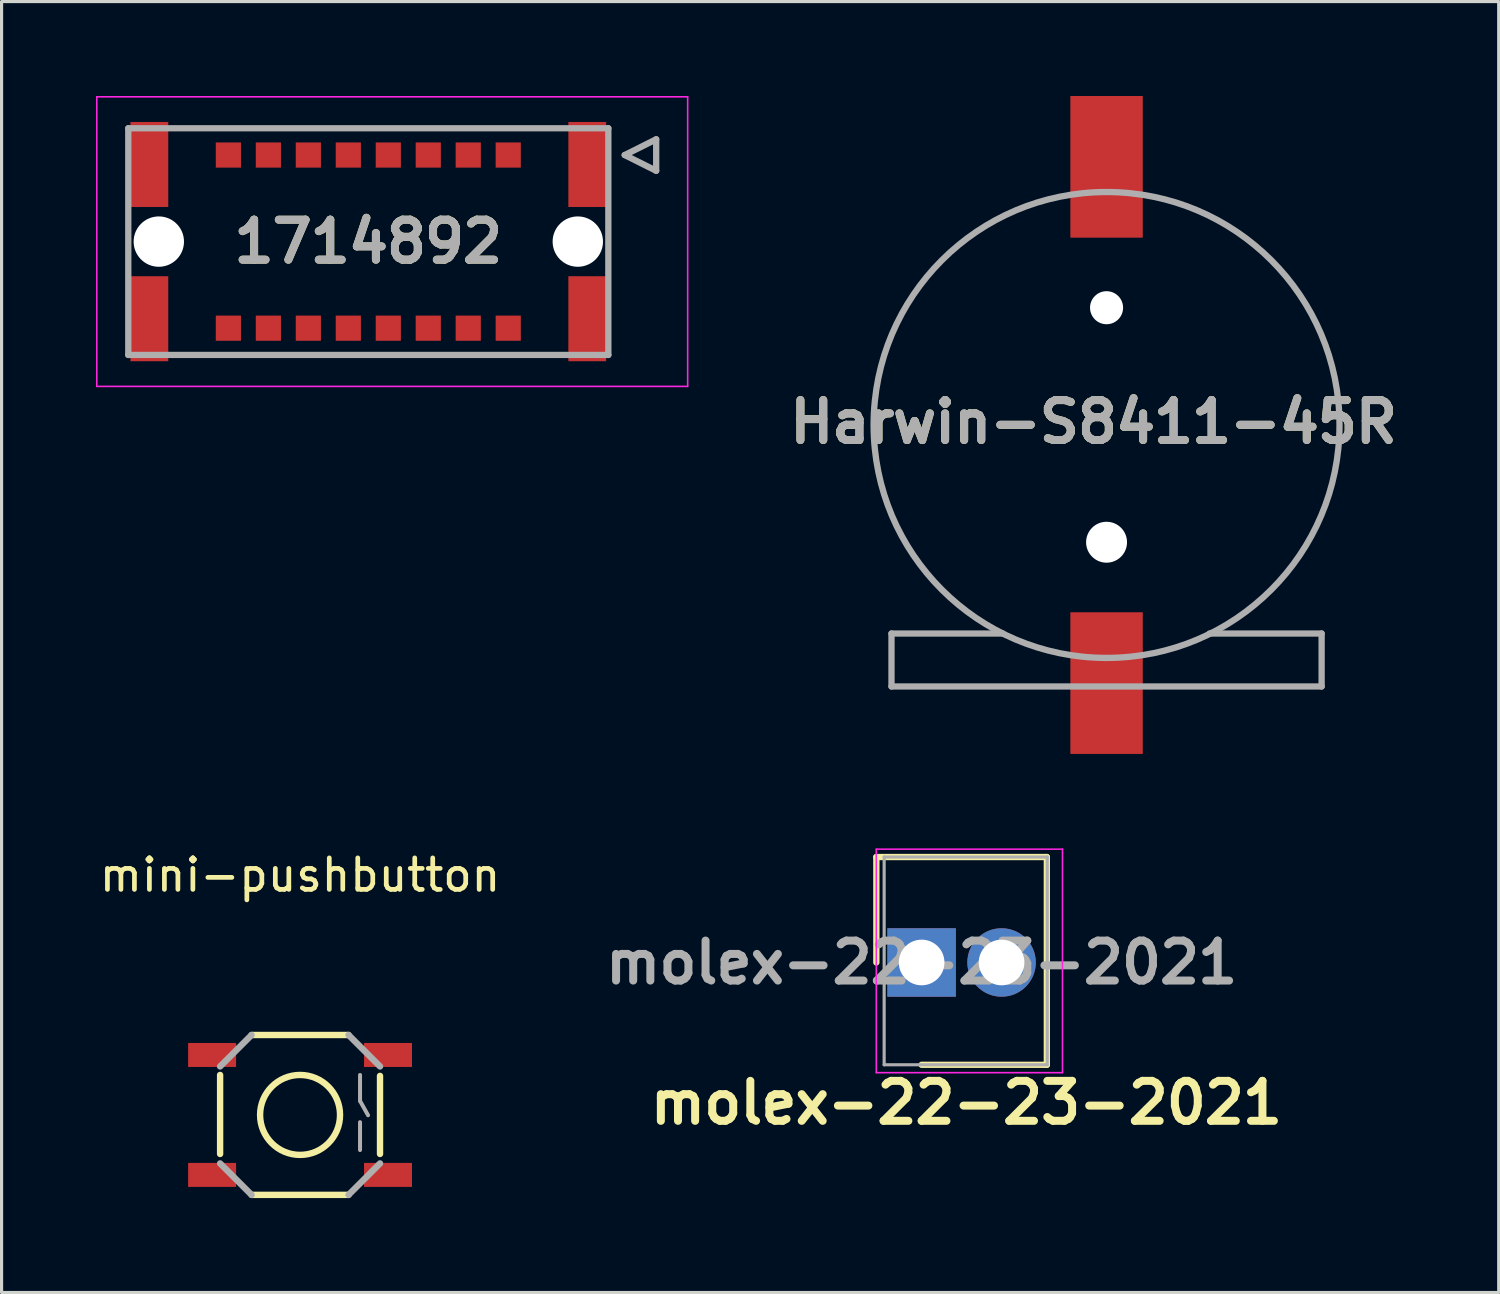
<source format=kicad_pcb>
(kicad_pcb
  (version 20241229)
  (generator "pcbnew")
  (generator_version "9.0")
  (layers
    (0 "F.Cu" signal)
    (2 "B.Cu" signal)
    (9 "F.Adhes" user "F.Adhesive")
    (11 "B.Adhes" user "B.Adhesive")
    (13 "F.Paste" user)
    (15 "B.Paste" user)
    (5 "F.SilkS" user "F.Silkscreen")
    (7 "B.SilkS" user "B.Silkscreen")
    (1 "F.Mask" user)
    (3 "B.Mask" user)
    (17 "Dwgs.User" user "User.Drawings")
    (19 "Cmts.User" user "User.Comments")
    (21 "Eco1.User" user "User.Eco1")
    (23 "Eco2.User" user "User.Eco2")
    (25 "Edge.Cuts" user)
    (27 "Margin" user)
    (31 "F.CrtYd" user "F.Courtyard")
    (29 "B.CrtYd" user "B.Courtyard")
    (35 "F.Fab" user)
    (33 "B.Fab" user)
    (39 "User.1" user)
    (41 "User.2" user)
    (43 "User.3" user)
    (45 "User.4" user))
  (footprint "mini-pushbutton"
    (layer "F.Cu")
    (at 6.482 32.368)
    (property "Reference" "mini-pushbutton" (at 0 -7.62 0) (unlocked yes) (layer "F.SilkS") (effects (font (size 1 1) (thickness 0.15))))
    (attr smd)
    (fp_line (start -2.54 1.24) (end -2.54 -1.27) (stroke (width 0.203) (type solid)) (layer "F.SilkS"))
    (fp_line (start -1.54 -2.54) (end 1.54 -2.54) (stroke (width 0.203) (type solid)) (layer "F.SilkS"))
    (fp_line (start 1.54 2.54) (end -1.54 2.54) (stroke (width 0.203) (type solid)) (layer "F.SilkS"))
    (fp_line (start 2.54 -1.24) (end 2.54 1.24) (stroke (width 0.203) (type solid)) (layer "F.SilkS"))
    (fp_circle (center 0 0) (end 1.27 0) (stroke (width 0.203) (type solid)) (fill no) (layer "F.SilkS"))
    (fp_line (start -2.54 -1.54) (end -1.54 -2.54) (stroke (width 0.203) (type solid)) (layer "F.Fab"))
    (fp_line (start -1.54 2.54) (end -2.54 1.54) (stroke (width 0.203) (type solid)) (layer "F.Fab"))
    (fp_line (start 1.54 -2.54) (end 2.54 -1.54) (stroke (width 0.203) (type solid)) (layer "F.Fab"))
    (fp_line (start 1.905 -1.27) (end 1.905 -0.445) (stroke (width 0.127) (type solid)) (layer "F.Fab"))
    (fp_line (start 1.905 -0.445) (end 2.16 0.01) (stroke (width 0.127) (type solid)) (layer "F.Fab"))
    (fp_line (start 1.905 0.23) (end 1.905 1.115) (stroke (width 0.127) (type solid)) (layer "F.Fab"))
    (fp_line (start 2.54 1.54) (end 1.54 2.54) (stroke (width 0.203) (type solid)) (layer "F.Fab"))
    (pad "1" smd rect (at -2.794 -1.905 90) (size 0.762 1.524) (layers "F.Cu" "F.Mask" "F.Paste"))
    (pad "2" smd rect (at 2.794 -1.905 90) (size 0.762 1.524) (layers "F.Cu" "F.Mask" "F.Paste"))
    (pad "3" smd rect (at -2.794 1.905 90) (size 0.762 1.524) (layers "F.Cu" "F.Mask" "F.Paste"))
    (pad "4" smd rect (at 2.794 1.905 90) (size 0.762 1.524) (layers "F.Cu" "F.Mask" "F.Paste")))
  (footprint "molex-22-23-2021"
    (layer "F.Cu")
    (at 26.227 27.525)
    (property "Reference" "molex-22-23-2021" (at 1.423 4.456 0) (layer "F.SilkS") (effects (font (size 1.27 1.27) (thickness 0.254))))
    (attr through_hole)
    (fp_line (start -1.438 -3.35) (end -1.438 0) (stroke (width 0.2) (type solid)) (layer "F.SilkS"))
    (fp_line (start 0 3.25) (end 3.978 3.25) (stroke (width 0.2) (type solid)) (layer "F.SilkS"))
    (fp_line (start 3.978 -3.35) (end -1.438 -3.35) (stroke (width 0.2) (type solid)) (layer "F.SilkS"))
    (fp_line (start 3.978 3.25) (end 3.978 -3.35) (stroke (width 0.2) (type solid)) (layer "F.SilkS"))
    (fp_line (start -1.44 -3.6) (end 4.475 -3.6) (stroke (width 0.05) (type solid)) (layer "F.CrtYd"))
    (fp_line (start -1.44 3.5) (end -1.44 -3.6) (stroke (width 0.05) (type solid)) (layer "F.CrtYd"))
    (fp_line (start 4.475 -3.6) (end 4.475 3.5) (stroke (width 0.05) (type solid)) (layer "F.CrtYd"))
    (fp_line (start 4.475 3.5) (end -1.44 3.5) (stroke (width 0.05) (type solid)) (layer "F.CrtYd"))
    (fp_line (start -1.19 -3.35) (end 3.99 -3.35) (stroke (width 0.1) (type solid)) (layer "F.Fab"))
    (fp_line (start -1.19 3.25) (end -1.19 -3.35) (stroke (width 0.1) (type solid)) (layer "F.Fab"))
    (fp_line (start 3.99 -3.35) (end 3.99 3.25) (stroke (width 0.1) (type solid)) (layer "F.Fab"))
    (fp_line (start 3.99 3.25) (end -1.19 3.25) (stroke (width 0.1) (type solid)) (layer "F.Fab"))
    (fp_text user "${REFERENCE}" (at 0 0 0) (layer "F.Fab") (effects (font (size 1.27 1.27) (thickness 0.254))))
    (pad "1" thru_hole rect (at 0 0) (size 2.175 2.175) (drill 1.45) (layers "*.Cu" "*.Mask"))
    (pad "2" thru_hole circle (at 2.54 0) (size 2.175 2.175) (drill 1.45) (layers "*.Cu" "*.Mask")))
  (footprint "1714892"
    (layer "F.Cu")
    (at 8.65 4.625)
    (property "Reference" "1714892" (at 0 0 0) (layer "F.SilkS") (effects (font (size 1.27 1.27) (thickness 0.254))))
    (attr through_hole)
    (fp_line (start 8.145 -2.75) (end 9.145 -3.25) (stroke (width 0.1) (type solid)) (layer "F.SilkS"))
    (fp_line (start 9.145 -3.25) (end 9.145 -2.25) (stroke (width 0.1) (type solid)) (layer "F.SilkS"))
    (fp_line (start 9.145 -2.25) (end 8.145 -2.75) (stroke (width 0.1) (type solid)) (layer "F.SilkS"))
    (fp_line (start -8.625 -4.6) (end 10.145 -4.6) (stroke (width 0.05) (type solid)) (layer "F.CrtYd"))
    (fp_line (start -8.625 4.6) (end -8.625 -4.6) (stroke (width 0.05) (type solid)) (layer "F.CrtYd"))
    (fp_line (start 10.145 -4.6) (end 10.145 4.6) (stroke (width 0.05) (type solid)) (layer "F.CrtYd"))
    (fp_line (start 10.145 4.6) (end -8.625 4.6) (stroke (width 0.05) (type solid)) (layer "F.CrtYd"))
    (fp_line (start -7.625 -3.6) (end 7.625 -3.6) (stroke (width 0.2) (type solid)) (layer "F.Fab"))
    (fp_line (start -7.625 3.6) (end -7.625 -3.6) (stroke (width 0.2) (type solid)) (layer "F.Fab"))
    (fp_line (start 7.625 -3.6) (end 7.625 3.6) (stroke (width 0.2) (type solid)) (layer "F.Fab"))
    (fp_line (start 7.625 3.6) (end -7.625 3.6) (stroke (width 0.2) (type solid)) (layer "F.Fab"))
    (fp_line (start 8.145 -2.75) (end 9.145 -3.25) (stroke (width 0.2) (type solid)) (layer "F.Fab"))
    (fp_line (start 9.145 -3.25) (end 9.145 -2.25) (stroke (width 0.2) (type solid)) (layer "F.Fab"))
    (fp_line (start 9.145 -2.25) (end 8.145 -2.75) (stroke (width 0.2) (type solid)) (layer "F.Fab"))
    (fp_text user "${REFERENCE}" (at 0 0 0) (layer "F.Fab") (effects (font (size 1.27 1.27) (thickness 0.254))))
    (pad "" np_thru_hole circle (at -6.655 0) (size 1.6 1.6) (drill 1.6) (layers "*.Cu" "*.Mask"))
    (pad "" np_thru_hole circle (at 6.655 0) (size 1.6 1.6) (drill 1.6) (layers "*.Cu" "*.Mask"))
    (pad "17" smd rect (at 6.955 -2.45) (size 1.2 2.7) (layers "F.Cu" "F.Mask" "F.Paste"))
    (pad "18" smd rect (at -6.955 -2.45) (size 1.2 2.7) (layers "F.Cu" "F.Mask" "F.Paste"))
    (pad "19" smd rect (at 6.955 2.45) (size 1.2 2.7) (layers "F.Cu" "F.Mask" "F.Paste"))
    (pad "20" smd rect (at -6.955 2.45) (size 1.2 2.7) (layers "F.Cu" "F.Mask" "F.Paste"))
    (pad "A1" smd rect (at 4.445 -2.75 90) (size 0.8 0.8) (layers "F.Cu" "F.Mask" "F.Paste"))
    (pad "A2" smd rect (at 3.175 -2.75 90) (size 0.8 0.8) (layers "F.Cu" "F.Mask" "F.Paste"))
    (pad "A3" smd rect (at 1.905 -2.75 90) (size 0.8 0.8) (layers "F.Cu" "F.Mask" "F.Paste"))
    (pad "A4" smd rect (at 0.635 -2.75 90) (size 0.8 0.8) (layers "F.Cu" "F.Mask" "F.Paste"))
    (pad "A5" smd rect (at -0.635 -2.75 90) (size 0.8 0.8) (layers "F.Cu" "F.Mask" "F.Paste"))
    (pad "A6" smd rect (at -1.905 -2.75 90) (size 0.8 0.8) (layers "F.Cu" "F.Mask" "F.Paste"))
    (pad "A7" smd rect (at -3.175 -2.75 90) (size 0.8 0.8) (layers "F.Cu" "F.Mask" "F.Paste"))
    (pad "A8" smd rect (at -4.445 -2.75 90) (size 0.8 0.8) (layers "F.Cu" "F.Mask" "F.Paste"))
    (pad "B1" smd rect (at 4.445 2.75 90) (size 0.8 0.8) (layers "F.Cu" "F.Mask" "F.Paste"))
    (pad "B2" smd rect (at 3.175 2.75 90) (size 0.8 0.8) (layers "F.Cu" "F.Mask" "F.Paste"))
    (pad "B3" smd rect (at 1.905 2.75 90) (size 0.8 0.8) (layers "F.Cu" "F.Mask" "F.Paste"))
    (pad "B4" smd rect (at 0.635 2.75 90) (size 0.8 0.8) (layers "F.Cu" "F.Mask" "F.Paste"))
    (pad "B5" smd rect (at -0.635 2.75 90) (size 0.8 0.8) (layers "F.Cu" "F.Mask" "F.Paste"))
    (pad "B6" smd rect (at -1.905 2.75 90) (size 0.8 0.8) (layers "F.Cu" "F.Mask" "F.Paste"))
    (pad "B7" smd rect (at -3.175 2.75 90) (size 0.8 0.8) (layers "F.Cu" "F.Mask" "F.Paste"))
    (pad "B8" smd rect (at -4.445 2.75 90) (size 0.8 0.8) (layers "F.Cu" "F.Mask" "F.Paste")))
  (footprint "Harwin-S8411-45R"
    (layer "F.Cu")
    (at 32.102 10.45)
    (property "Reference" "Harwin-S8411-45R" (at -0.412 -0.096 180) (layer "F.SilkS") (effects (font (size 1.27 1.27) (thickness 0.254))))
    (attr through_hole)
    (fp_line (start -6.832 6.625) (end -3.27 6.625) (stroke (width 0.1) (type solid)) (layer "F.SilkS"))
    (fp_line (start -6.832 8.307) (end -6.832 6.625) (stroke (width 0.1) (type solid)) (layer "F.SilkS"))
    (fp_line (start -6.832 8.307) (end -1.553 8.307) (stroke (width 0.1) (type solid)) (layer "F.SilkS"))
    (fp_line (start 6.832 6.625) (end 3.296 6.625) (stroke (width 0.1) (type solid)) (layer "F.SilkS"))
    (fp_line (start 6.832 8.307) (end 1.49 8.307) (stroke (width 0.1) (type solid)) (layer "F.SilkS"))
    (fp_line (start 6.832 8.307) (end 6.832 6.625) (stroke (width 0.1) (type solid)) (layer "F.SilkS"))
    (fp_arc (start -3.295295 6.625783) (mid -7.399998 0.000879) (end -3.29687 -6.625) (stroke (width 0.1) (type solid)) (layer "F.SilkS"))
    (fp_arc (start 3.295287 -6.625787) (mid 7.399996 -0.000884) (end 3.29687 6.625) (stroke (width 0.1) (type solid)) (layer "F.SilkS"))
    (fp_line (start -6.832 6.625) (end -6.832 8.307) (stroke (width 0.2) (type solid)) (layer "F.Fab"))
    (fp_line (start -6.832 8.307) (end 6.832 8.307) (stroke (width 0.2) (type solid)) (layer "F.Fab"))
    (fp_line (start -3.297 6.625) (end -6.832 6.625) (stroke (width 0.2) (type solid)) (layer "F.Fab"))
    (fp_line (start 6.832 6.625) (end 3.27 6.625) (stroke (width 0.2) (type solid)) (layer "F.Fab"))
    (fp_line (start 6.832 8.307) (end 6.832 6.625) (stroke (width 0.2) (type solid)) (layer "F.Fab"))
    (fp_circle (center 0 0) (end 0 7.4) (stroke (width 0.2) (type solid)) (fill no) (layer "F.Fab"))
    (fp_text user "${REFERENCE}" (at -0.412 -0.096 180) (layer "F.Fab") (effects (font (size 1.27 1.27) (thickness 0.254))))
    (pad "" np_thru_hole circle (at 0 -3.725) (size 1.05 1.05) (drill 1.05) (layers "*.Cu" "*.Mask"))
    (pad "" np_thru_hole circle (at 0 3.725) (size 1.3 1.3) (drill 1.3) (layers "*.Cu" "*.Mask"))
    (pad "1" smd rect (at 0 8.2) (size 2.3 4.5) (layers "F.Cu" "F.Mask" "F.Paste"))
    (pad "2" smd rect (at 0 -8.2) (size 2.3 4.5) (layers "F.Cu" "F.Mask" "F.Paste")))
  (gr_rect
    (start -3 -3)
    (end 44.559 38.01)
    (stroke (width 0.1) (type default))
    (fill no)
    (layer "Edge.Cuts")))
</source>
